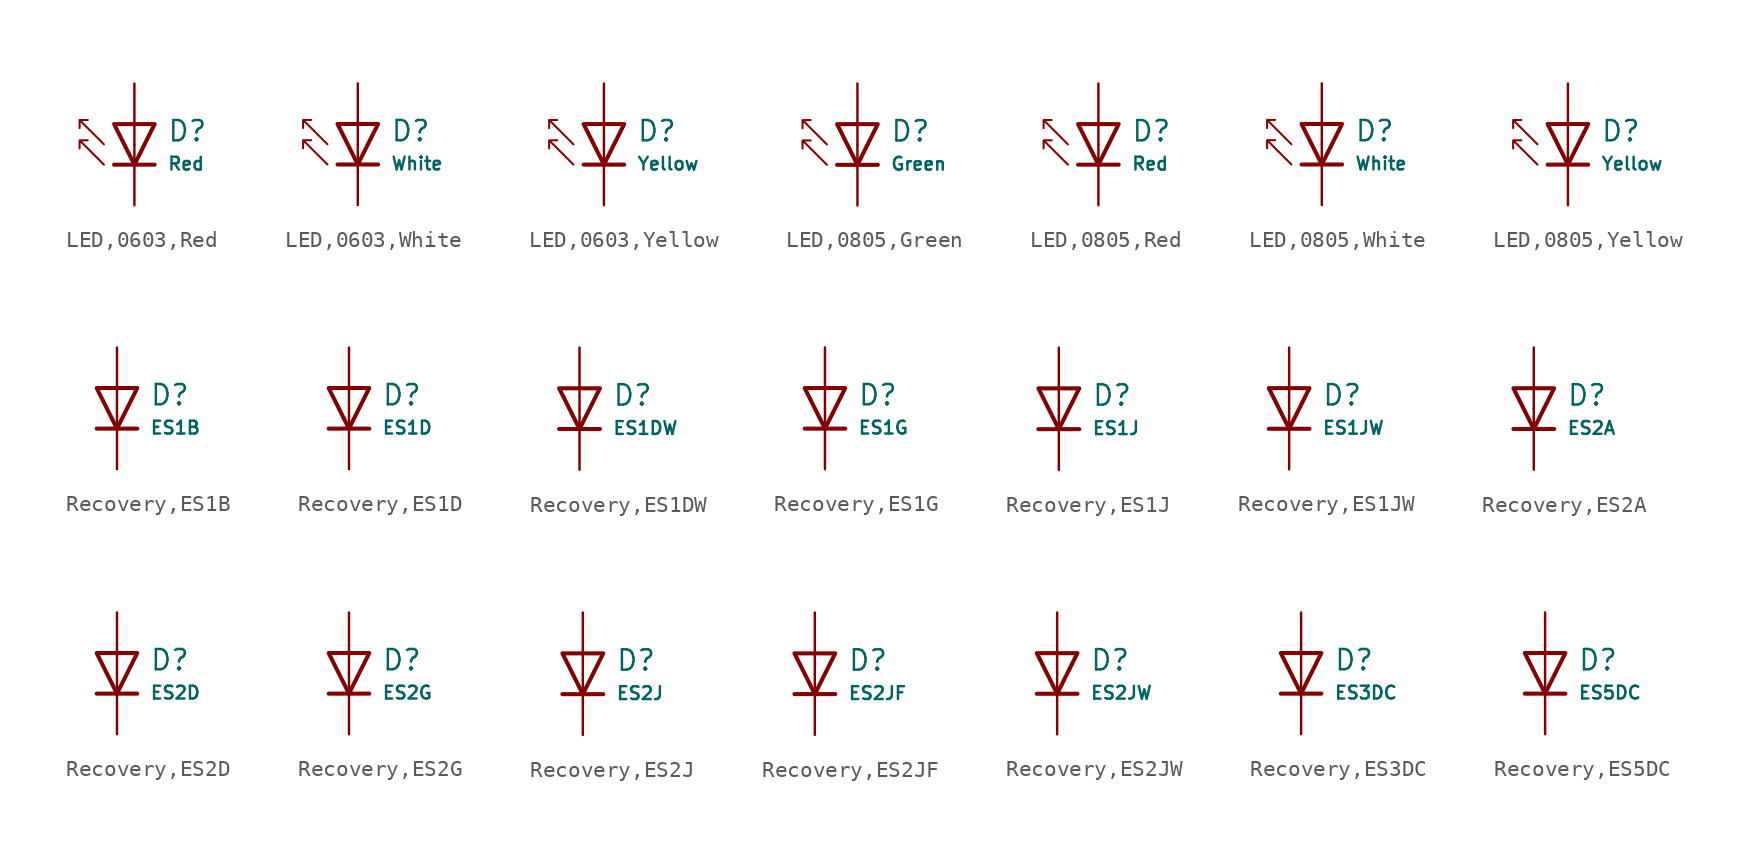
<source format=kicad_sym>
(kicad_symbol_lib
  (version 20231120)
  (generator "CDFER")
  (generator_version "8.0")
  (symbol "LED,0603,Red"
    (pin_numbers hide)
    (pin_names
      (offset 0))
    (property "Reference" "D"
      (at 2.032 0.834 0)
      (effects (font (size 1.27 1.27)) (justify left)))
    (property "Value" "Red"
      (at 2.032 -1.212 0)
      (effects (font (size 0.8 0.8)) (justify left)))
    (symbol "LED,0603,Red_0_1"
      (polyline (pts (xy -1.27 1.27) (xy 0.00 -1.27) (xy 1.27 1.27) (xy -1.27 1.27)) (stroke (width 0.254) (type default)) (fill (type none))))
    (symbol "LED,0603,Red_0_1"
      (polyline (pts (xy -1.27 -1.27) (xy 1.27 -1.27)) (stroke (width 0.254) (type default)) (fill (type none))))
    (symbol "LED,0603,Red_0_1"
      (polyline (pts (xy -1.905 -1.27) (xy -3.429 0.254) (xy -3.429 -0.254) (xy -3.429 0.254) (xy -2.921 0.254)) (stroke (width 0.127) (type default)) (fill (type none))))
    (symbol "LED,0603,Red_0_1"
      (polyline (pts (xy -1.905 0) (xy -3.429 1.524) (xy -3.429 1.016) (xy -3.429 1.524) (xy -2.921 1.524)) (stroke (width 0.127) (type default)) (fill (type none))))
    (symbol "LED,0603,Red_1_1"
      (pin passive line (at 0 3.81 270) (length 3.81) (name "~" (effects (font (size 1.27 1.27)))) (number "2" (effects (font (size 1.27 1.27)))))
      (pin passive line (at 0 -3.81 90) (length 3.81) (name "~" (effects (font (size 1.27 1.27)))) (number "1" (effects (font (size 1.27 1.27)))))))
  (symbol "LED,0603,White"
    (pin_numbers hide)
    (pin_names
      (offset 0))
    (property "Reference" "D"
      (at 2.032 0.834 0)
      (effects (font (size 1.27 1.27)) (justify left)))
    (property "Value" "White"
      (at 2.032 -1.212 0)
      (effects (font (size 0.8 0.8)) (justify left)))
    (symbol "LED,0603,White_0_1"
      (polyline (pts (xy -1.27 1.27) (xy 0.00 -1.27) (xy 1.27 1.27) (xy -1.27 1.27)) (stroke (width 0.254) (type default)) (fill (type none))))
    (symbol "LED,0603,White_0_1"
      (polyline (pts (xy -1.27 -1.27) (xy 1.27 -1.27)) (stroke (width 0.254) (type default)) (fill (type none))))
    (symbol "LED,0603,White_0_1"
      (polyline (pts (xy -1.905 -1.27) (xy -3.429 0.254) (xy -3.429 -0.254) (xy -3.429 0.254) (xy -2.921 0.254)) (stroke (width 0.127) (type default)) (fill (type none))))
    (symbol "LED,0603,White_0_1"
      (polyline (pts (xy -1.905 0) (xy -3.429 1.524) (xy -3.429 1.016) (xy -3.429 1.524) (xy -2.921 1.524)) (stroke (width 0.127) (type default)) (fill (type none))))
    (symbol "LED,0603,White_1_1"
      (pin passive line (at 0 3.81 270) (length 3.81) (name "~" (effects (font (size 1.27 1.27)))) (number "2" (effects (font (size 1.27 1.27)))))
      (pin passive line (at 0 -3.81 90) (length 3.81) (name "~" (effects (font (size 1.27 1.27)))) (number "1" (effects (font (size 1.27 1.27)))))))
  (symbol "LED,0603,Yellow"
    (pin_numbers hide)
    (pin_names
      (offset 0))
    (property "Reference" "D"
      (at 2.032 0.834 0)
      (effects (font (size 1.27 1.27)) (justify left)))
    (property "Value" "Yellow"
      (at 2.032 -1.212 0)
      (effects (font (size 0.8 0.8)) (justify left)))
    (symbol "LED,0603,Yellow_0_1"
      (polyline (pts (xy -1.27 1.27) (xy 0.00 -1.27) (xy 1.27 1.27) (xy -1.27 1.27)) (stroke (width 0.254) (type default)) (fill (type none))))
    (symbol "LED,0603,Yellow_0_1"
      (polyline (pts (xy -1.27 -1.27) (xy 1.27 -1.27)) (stroke (width 0.254) (type default)) (fill (type none))))
    (symbol "LED,0603,Yellow_0_1"
      (polyline (pts (xy -1.905 -1.27) (xy -3.429 0.254) (xy -3.429 -0.254) (xy -3.429 0.254) (xy -2.921 0.254)) (stroke (width 0.127) (type default)) (fill (type none))))
    (symbol "LED,0603,Yellow_0_1"
      (polyline (pts (xy -1.905 0) (xy -3.429 1.524) (xy -3.429 1.016) (xy -3.429 1.524) (xy -2.921 1.524)) (stroke (width 0.127) (type default)) (fill (type none))))
    (symbol "LED,0603,Yellow_1_1"
      (pin passive line (at 0 3.81 270) (length 3.81) (name "~" (effects (font (size 1.27 1.27)))) (number "2" (effects (font (size 1.27 1.27)))))
      (pin passive line (at 0 -3.81 90) (length 3.81) (name "~" (effects (font (size 1.27 1.27)))) (number "1" (effects (font (size 1.27 1.27)))))))
  (symbol "LED,0805,Green"
    (pin_numbers hide)
    (pin_names
      (offset 0))
    (property "Reference" "D"
      (at 2.032 0.834 0)
      (effects (font (size 1.27 1.27)) (justify left)))
    (property "Value" "Green"
      (at 2.032 -1.212 0)
      (effects (font (size 0.8 0.8)) (justify left)))
    (symbol "LED,0805,Green_0_1"
      (polyline (pts (xy -1.27 1.27) (xy 0.00 -1.27) (xy 1.27 1.27) (xy -1.27 1.27)) (stroke (width 0.254) (type default)) (fill (type none))))
    (symbol "LED,0805,Green_0_1"
      (polyline (pts (xy -1.27 -1.27) (xy 1.27 -1.27)) (stroke (width 0.254) (type default)) (fill (type none))))
    (symbol "LED,0805,Green_0_1"
      (polyline (pts (xy -1.905 -1.27) (xy -3.429 0.254) (xy -3.429 -0.254) (xy -3.429 0.254) (xy -2.921 0.254)) (stroke (width 0.127) (type default)) (fill (type none))))
    (symbol "LED,0805,Green_0_1"
      (polyline (pts (xy -1.905 0) (xy -3.429 1.524) (xy -3.429 1.016) (xy -3.429 1.524) (xy -2.921 1.524)) (stroke (width 0.127) (type default)) (fill (type none))))
    (symbol "LED,0805,Green_1_1"
      (pin passive line (at 0 3.81 270) (length 3.81) (name "~" (effects (font (size 1.27 1.27)))) (number "2" (effects (font (size 1.27 1.27)))))
      (pin passive line (at 0 -3.81 90) (length 3.81) (name "~" (effects (font (size 1.27 1.27)))) (number "1" (effects (font (size 1.27 1.27)))))))
  (symbol "LED,0805,Red"
    (pin_numbers hide)
    (pin_names
      (offset 0))
    (property "Reference" "D"
      (at 2.032 0.834 0)
      (effects (font (size 1.27 1.27)) (justify left)))
    (property "Value" "Red"
      (at 2.032 -1.212 0)
      (effects (font (size 0.8 0.8)) (justify left)))
    (symbol "LED,0805,Red_0_1"
      (polyline (pts (xy -1.27 1.27) (xy 0.00 -1.27) (xy 1.27 1.27) (xy -1.27 1.27)) (stroke (width 0.254) (type default)) (fill (type none))))
    (symbol "LED,0805,Red_0_1"
      (polyline (pts (xy -1.27 -1.27) (xy 1.27 -1.27)) (stroke (width 0.254) (type default)) (fill (type none))))
    (symbol "LED,0805,Red_0_1"
      (polyline (pts (xy -1.905 -1.27) (xy -3.429 0.254) (xy -3.429 -0.254) (xy -3.429 0.254) (xy -2.921 0.254)) (stroke (width 0.127) (type default)) (fill (type none))))
    (symbol "LED,0805,Red_0_1"
      (polyline (pts (xy -1.905 0) (xy -3.429 1.524) (xy -3.429 1.016) (xy -3.429 1.524) (xy -2.921 1.524)) (stroke (width 0.127) (type default)) (fill (type none))))
    (symbol "LED,0805,Red_1_1"
      (pin passive line (at 0 3.81 270) (length 3.81) (name "~" (effects (font (size 1.27 1.27)))) (number "2" (effects (font (size 1.27 1.27)))))
      (pin passive line (at 0 -3.81 90) (length 3.81) (name "~" (effects (font (size 1.27 1.27)))) (number "1" (effects (font (size 1.27 1.27)))))))
  (symbol "LED,0805,White"
    (pin_numbers hide)
    (pin_names
      (offset 0))
    (property "Reference" "D"
      (at 2.032 0.834 0)
      (effects (font (size 1.27 1.27)) (justify left)))
    (property "Value" "White"
      (at 2.032 -1.212 0)
      (effects (font (size 0.8 0.8)) (justify left)))
    (symbol "LED,0805,White_0_1"
      (polyline (pts (xy -1.27 1.27) (xy 0.00 -1.27) (xy 1.27 1.27) (xy -1.27 1.27)) (stroke (width 0.254) (type default)) (fill (type none))))
    (symbol "LED,0805,White_0_1"
      (polyline (pts (xy -1.27 -1.27) (xy 1.27 -1.27)) (stroke (width 0.254) (type default)) (fill (type none))))
    (symbol "LED,0805,White_0_1"
      (polyline (pts (xy -1.905 -1.27) (xy -3.429 0.254) (xy -3.429 -0.254) (xy -3.429 0.254) (xy -2.921 0.254)) (stroke (width 0.127) (type default)) (fill (type none))))
    (symbol "LED,0805,White_0_1"
      (polyline (pts (xy -1.905 0) (xy -3.429 1.524) (xy -3.429 1.016) (xy -3.429 1.524) (xy -2.921 1.524)) (stroke (width 0.127) (type default)) (fill (type none))))
    (symbol "LED,0805,White_1_1"
      (pin passive line (at 0 3.81 270) (length 3.81) (name "~" (effects (font (size 1.27 1.27)))) (number "2" (effects (font (size 1.27 1.27)))))
      (pin passive line (at 0 -3.81 90) (length 3.81) (name "~" (effects (font (size 1.27 1.27)))) (number "1" (effects (font (size 1.27 1.27)))))))
  (symbol "LED,0805,Yellow"
    (pin_numbers hide)
    (pin_names
      (offset 0))
    (property "Reference" "D"
      (at 2.032 0.834 0)
      (effects (font (size 1.27 1.27)) (justify left)))
    (property "Value" "Yellow"
      (at 2.032 -1.212 0)
      (effects (font (size 0.8 0.8)) (justify left)))
    (symbol "LED,0805,Yellow_0_1"
      (polyline (pts (xy -1.27 1.27) (xy 0.00 -1.27) (xy 1.27 1.27) (xy -1.27 1.27)) (stroke (width 0.254) (type default)) (fill (type none))))
    (symbol "LED,0805,Yellow_0_1"
      (polyline (pts (xy -1.27 -1.27) (xy 1.27 -1.27)) (stroke (width 0.254) (type default)) (fill (type none))))
    (symbol "LED,0805,Yellow_0_1"
      (polyline (pts (xy -1.905 -1.27) (xy -3.429 0.254) (xy -3.429 -0.254) (xy -3.429 0.254) (xy -2.921 0.254)) (stroke (width 0.127) (type default)) (fill (type none))))
    (symbol "LED,0805,Yellow_0_1"
      (polyline (pts (xy -1.905 0) (xy -3.429 1.524) (xy -3.429 1.016) (xy -3.429 1.524) (xy -2.921 1.524)) (stroke (width 0.127) (type default)) (fill (type none))))
    (symbol "LED,0805,Yellow_1_1"
      (pin passive line (at 0 3.81 270) (length 3.81) (name "~" (effects (font (size 1.27 1.27)))) (number "2" (effects (font (size 1.27 1.27)))))
      (pin passive line (at 0 -3.81 90) (length 3.81) (name "~" (effects (font (size 1.27 1.27)))) (number "1" (effects (font (size 1.27 1.27)))))))
  (symbol "Recovery,ES1B"
    (pin_numbers hide)
    (pin_names
      (offset 0))
    (property "Reference" "D"
      (at 2.032 0.834 0)
      (effects (font (size 1.27 1.27)) (justify left)))
    (property "Value" "ES1B"
      (at 2.032 -1.212 0)
      (effects (font (size 0.8 0.8)) (justify left)))
    (symbol "Recovery,ES1B_0_1"
      (polyline (pts (xy -1.27 1.27) (xy 0.00 -1.27) (xy 1.27 1.27) (xy -1.27 1.27)) (stroke (width 0.254) (type default)) (fill (type none))))
    (symbol "Recovery,ES1B_0_1"
      (polyline (pts (xy -1.27 -1.27) (xy 1.27 -1.27)) (stroke (width 0.254) (type default)) (fill (type none))))
    (symbol "Recovery,ES1B_1_1"
      (pin passive line (at 0 3.81 270) (length 3.81) (name "~" (effects (font (size 1.27 1.27)))) (number "2" (effects (font (size 1.27 1.27)))))
      (pin passive line (at 0 -3.81 90) (length 3.81) (name "~" (effects (font (size 1.27 1.27)))) (number "1" (effects (font (size 1.27 1.27)))))))
  (symbol "Recovery,ES1D"
    (pin_numbers hide)
    (pin_names
      (offset 0))
    (property "Reference" "D"
      (at 2.032 0.834 0)
      (effects (font (size 1.27 1.27)) (justify left)))
    (property "Value" "ES1D"
      (at 2.032 -1.212 0)
      (effects (font (size 0.8 0.8)) (justify left)))
    (symbol "Recovery,ES1D_0_1"
      (polyline (pts (xy -1.27 1.27) (xy 0.00 -1.27) (xy 1.27 1.27) (xy -1.27 1.27)) (stroke (width 0.254) (type default)) (fill (type none))))
    (symbol "Recovery,ES1D_0_1"
      (polyline (pts (xy -1.27 -1.27) (xy 1.27 -1.27)) (stroke (width 0.254) (type default)) (fill (type none))))
    (symbol "Recovery,ES1D_1_1"
      (pin passive line (at 0 3.81 270) (length 3.81) (name "~" (effects (font (size 1.27 1.27)))) (number "2" (effects (font (size 1.27 1.27)))))
      (pin passive line (at 0 -3.81 90) (length 3.81) (name "~" (effects (font (size 1.27 1.27)))) (number "1" (effects (font (size 1.27 1.27)))))))
  (symbol "Recovery,ES1DW"
    (pin_numbers hide)
    (pin_names
      (offset 0))
    (property "Reference" "D"
      (at 2.032 0.834 0)
      (effects (font (size 1.27 1.27)) (justify left)))
    (property "Value" "ES1DW"
      (at 2.032 -1.212 0)
      (effects (font (size 0.8 0.8)) (justify left)))
    (symbol "Recovery,ES1DW_0_1"
      (polyline (pts (xy -1.27 1.27) (xy 0.00 -1.27) (xy 1.27 1.27) (xy -1.27 1.27)) (stroke (width 0.254) (type default)) (fill (type none))))
    (symbol "Recovery,ES1DW_0_1"
      (polyline (pts (xy -1.27 -1.27) (xy 1.27 -1.27)) (stroke (width 0.254) (type default)) (fill (type none))))
    (symbol "Recovery,ES1DW_1_1"
      (pin passive line (at 0 3.81 270) (length 3.81) (name "~" (effects (font (size 1.27 1.27)))) (number "2" (effects (font (size 1.27 1.27)))))
      (pin passive line (at 0 -3.81 90) (length 3.81) (name "~" (effects (font (size 1.27 1.27)))) (number "1" (effects (font (size 1.27 1.27)))))))
  (symbol "Recovery,ES1G"
    (pin_numbers hide)
    (pin_names
      (offset 0))
    (property "Reference" "D"
      (at 2.032 0.834 0)
      (effects (font (size 1.27 1.27)) (justify left)))
    (property "Value" "ES1G"
      (at 2.032 -1.212 0)
      (effects (font (size 0.8 0.8)) (justify left)))
    (symbol "Recovery,ES1G_0_1"
      (polyline (pts (xy -1.27 1.27) (xy 0.00 -1.27) (xy 1.27 1.27) (xy -1.27 1.27)) (stroke (width 0.254) (type default)) (fill (type none))))
    (symbol "Recovery,ES1G_0_1"
      (polyline (pts (xy -1.27 -1.27) (xy 1.27 -1.27)) (stroke (width 0.254) (type default)) (fill (type none))))
    (symbol "Recovery,ES1G_1_1"
      (pin passive line (at 0 3.81 270) (length 3.81) (name "~" (effects (font (size 1.27 1.27)))) (number "2" (effects (font (size 1.27 1.27)))))
      (pin passive line (at 0 -3.81 90) (length 3.81) (name "~" (effects (font (size 1.27 1.27)))) (number "1" (effects (font (size 1.27 1.27)))))))
  (symbol "Recovery,ES1J"
    (pin_numbers hide)
    (pin_names
      (offset 0))
    (property "Reference" "D"
      (at 2.032 0.834 0)
      (effects (font (size 1.27 1.27)) (justify left)))
    (property "Value" "ES1J"
      (at 2.032 -1.212 0)
      (effects (font (size 0.8 0.8)) (justify left)))
    (symbol "Recovery,ES1J_0_1"
      (polyline (pts (xy -1.27 1.27) (xy 0.00 -1.27) (xy 1.27 1.27) (xy -1.27 1.27)) (stroke (width 0.254) (type default)) (fill (type none))))
    (symbol "Recovery,ES1J_0_1"
      (polyline (pts (xy -1.27 -1.27) (xy 1.27 -1.27)) (stroke (width 0.254) (type default)) (fill (type none))))
    (symbol "Recovery,ES1J_1_1"
      (pin passive line (at 0 3.81 270) (length 3.81) (name "~" (effects (font (size 1.27 1.27)))) (number "2" (effects (font (size 1.27 1.27)))))
      (pin passive line (at 0 -3.81 90) (length 3.81) (name "~" (effects (font (size 1.27 1.27)))) (number "1" (effects (font (size 1.27 1.27)))))))
  (symbol "Recovery,ES1JW"
    (pin_numbers hide)
    (pin_names
      (offset 0))
    (property "Reference" "D"
      (at 2.032 0.834 0)
      (effects (font (size 1.27 1.27)) (justify left)))
    (property "Value" "ES1JW"
      (at 2.032 -1.212 0)
      (effects (font (size 0.8 0.8)) (justify left)))
    (symbol "Recovery,ES1JW_0_1"
      (polyline (pts (xy -1.27 1.27) (xy 0.00 -1.27) (xy 1.27 1.27) (xy -1.27 1.27)) (stroke (width 0.254) (type default)) (fill (type none))))
    (symbol "Recovery,ES1JW_0_1"
      (polyline (pts (xy -1.27 -1.27) (xy 1.27 -1.27)) (stroke (width 0.254) (type default)) (fill (type none))))
    (symbol "Recovery,ES1JW_1_1"
      (pin passive line (at 0 3.81 270) (length 3.81) (name "~" (effects (font (size 1.27 1.27)))) (number "2" (effects (font (size 1.27 1.27)))))
      (pin passive line (at 0 -3.81 90) (length 3.81) (name "~" (effects (font (size 1.27 1.27)))) (number "1" (effects (font (size 1.27 1.27)))))))
  (symbol "Recovery,ES2A"
    (pin_numbers hide)
    (pin_names
      (offset 0))
    (property "Reference" "D"
      (at 2.032 0.834 0)
      (effects (font (size 1.27 1.27)) (justify left)))
    (property "Value" "ES2A"
      (at 2.032 -1.212 0)
      (effects (font (size 0.8 0.8)) (justify left)))
    (symbol "Recovery,ES2A_0_1"
      (polyline (pts (xy -1.27 1.27) (xy 0.00 -1.27) (xy 1.27 1.27) (xy -1.27 1.27)) (stroke (width 0.254) (type default)) (fill (type none))))
    (symbol "Recovery,ES2A_0_1"
      (polyline (pts (xy -1.27 -1.27) (xy 1.27 -1.27)) (stroke (width 0.254) (type default)) (fill (type none))))
    (symbol "Recovery,ES2A_1_1"
      (pin passive line (at 0 3.81 270) (length 3.81) (name "~" (effects (font (size 1.27 1.27)))) (number "2" (effects (font (size 1.27 1.27)))))
      (pin passive line (at 0 -3.81 90) (length 3.81) (name "~" (effects (font (size 1.27 1.27)))) (number "1" (effects (font (size 1.27 1.27)))))))
  (symbol "Recovery,ES2D"
    (pin_numbers hide)
    (pin_names
      (offset 0))
    (property "Reference" "D"
      (at 2.032 0.834 0)
      (effects (font (size 1.27 1.27)) (justify left)))
    (property "Value" "ES2D"
      (at 2.032 -1.212 0)
      (effects (font (size 0.8 0.8)) (justify left)))
    (symbol "Recovery,ES2D_0_1"
      (polyline (pts (xy -1.27 1.27) (xy 0.00 -1.27) (xy 1.27 1.27) (xy -1.27 1.27)) (stroke (width 0.254) (type default)) (fill (type none))))
    (symbol "Recovery,ES2D_0_1"
      (polyline (pts (xy -1.27 -1.27) (xy 1.27 -1.27)) (stroke (width 0.254) (type default)) (fill (type none))))
    (symbol "Recovery,ES2D_1_1"
      (pin passive line (at 0 3.81 270) (length 3.81) (name "~" (effects (font (size 1.27 1.27)))) (number "2" (effects (font (size 1.27 1.27)))))
      (pin passive line (at 0 -3.81 90) (length 3.81) (name "~" (effects (font (size 1.27 1.27)))) (number "1" (effects (font (size 1.27 1.27)))))))
  (symbol "Recovery,ES2G"
    (pin_numbers hide)
    (pin_names
      (offset 0))
    (property "Reference" "D"
      (at 2.032 0.834 0)
      (effects (font (size 1.27 1.27)) (justify left)))
    (property "Value" "ES2G"
      (at 2.032 -1.212 0)
      (effects (font (size 0.8 0.8)) (justify left)))
    (symbol "Recovery,ES2G_0_1"
      (polyline (pts (xy -1.27 1.27) (xy 0.00 -1.27) (xy 1.27 1.27) (xy -1.27 1.27)) (stroke (width 0.254) (type default)) (fill (type none))))
    (symbol "Recovery,ES2G_0_1"
      (polyline (pts (xy -1.27 -1.27) (xy 1.27 -1.27)) (stroke (width 0.254) (type default)) (fill (type none))))
    (symbol "Recovery,ES2G_1_1"
      (pin passive line (at 0 3.81 270) (length 3.81) (name "~" (effects (font (size 1.27 1.27)))) (number "2" (effects (font (size 1.27 1.27)))))
      (pin passive line (at 0 -3.81 90) (length 3.81) (name "~" (effects (font (size 1.27 1.27)))) (number "1" (effects (font (size 1.27 1.27)))))))
  (symbol "Recovery,ES2J"
    (pin_numbers hide)
    (pin_names
      (offset 0))
    (property "Reference" "D"
      (at 2.032 0.834 0)
      (effects (font (size 1.27 1.27)) (justify left)))
    (property "Value" "ES2J"
      (at 2.032 -1.212 0)
      (effects (font (size 0.8 0.8)) (justify left)))
    (symbol "Recovery,ES2J_0_1"
      (polyline (pts (xy -1.27 1.27) (xy 0.00 -1.27) (xy 1.27 1.27) (xy -1.27 1.27)) (stroke (width 0.254) (type default)) (fill (type none))))
    (symbol "Recovery,ES2J_0_1"
      (polyline (pts (xy -1.27 -1.27) (xy 1.27 -1.27)) (stroke (width 0.254) (type default)) (fill (type none))))
    (symbol "Recovery,ES2J_1_1"
      (pin passive line (at 0 3.81 270) (length 3.81) (name "~" (effects (font (size 1.27 1.27)))) (number "2" (effects (font (size 1.27 1.27)))))
      (pin passive line (at 0 -3.81 90) (length 3.81) (name "~" (effects (font (size 1.27 1.27)))) (number "1" (effects (font (size 1.27 1.27)))))))
  (symbol "Recovery,ES2JF"
    (pin_numbers hide)
    (pin_names
      (offset 0))
    (property "Reference" "D"
      (at 2.032 0.834 0)
      (effects (font (size 1.27 1.27)) (justify left)))
    (property "Value" "ES2JF"
      (at 2.032 -1.212 0)
      (effects (font (size 0.8 0.8)) (justify left)))
    (symbol "Recovery,ES2JF_0_1"
      (polyline (pts (xy -1.27 1.27) (xy 0.00 -1.27) (xy 1.27 1.27) (xy -1.27 1.27)) (stroke (width 0.254) (type default)) (fill (type none))))
    (symbol "Recovery,ES2JF_0_1"
      (polyline (pts (xy -1.27 -1.27) (xy 1.27 -1.27)) (stroke (width 0.254) (type default)) (fill (type none))))
    (symbol "Recovery,ES2JF_1_1"
      (pin passive line (at 0 3.81 270) (length 3.81) (name "~" (effects (font (size 1.27 1.27)))) (number "2" (effects (font (size 1.27 1.27)))))
      (pin passive line (at 0 -3.81 90) (length 3.81) (name "~" (effects (font (size 1.27 1.27)))) (number "1" (effects (font (size 1.27 1.27)))))))
  (symbol "Recovery,ES2JW"
    (pin_numbers hide)
    (pin_names
      (offset 0))
    (property "Reference" "D"
      (at 2.032 0.834 0)
      (effects (font (size 1.27 1.27)) (justify left)))
    (property "Value" "ES2JW"
      (at 2.032 -1.212 0)
      (effects (font (size 0.8 0.8)) (justify left)))
    (symbol "Recovery,ES2JW_0_1"
      (polyline (pts (xy -1.27 1.27) (xy 0.00 -1.27) (xy 1.27 1.27) (xy -1.27 1.27)) (stroke (width 0.254) (type default)) (fill (type none))))
    (symbol "Recovery,ES2JW_0_1"
      (polyline (pts (xy -1.27 -1.27) (xy 1.27 -1.27)) (stroke (width 0.254) (type default)) (fill (type none))))
    (symbol "Recovery,ES2JW_1_1"
      (pin passive line (at 0 3.81 270) (length 3.81) (name "~" (effects (font (size 1.27 1.27)))) (number "2" (effects (font (size 1.27 1.27)))))
      (pin passive line (at 0 -3.81 90) (length 3.81) (name "~" (effects (font (size 1.27 1.27)))) (number "1" (effects (font (size 1.27 1.27)))))))
  (symbol "Recovery,ES3DC"
    (pin_numbers hide)
    (pin_names
      (offset 0))
    (property "Reference" "D"
      (at 2.032 0.834 0)
      (effects (font (size 1.27 1.27)) (justify left)))
    (property "Value" "ES3DC"
      (at 2.032 -1.212 0)
      (effects (font (size 0.8 0.8)) (justify left)))
    (symbol "Recovery,ES3DC_0_1"
      (polyline (pts (xy -1.27 1.27) (xy 0.00 -1.27) (xy 1.27 1.27) (xy -1.27 1.27)) (stroke (width 0.254) (type default)) (fill (type none))))
    (symbol "Recovery,ES3DC_0_1"
      (polyline (pts (xy -1.27 -1.27) (xy 1.27 -1.27)) (stroke (width 0.254) (type default)) (fill (type none))))
    (symbol "Recovery,ES3DC_1_1"
      (pin passive line (at 0 3.81 270) (length 3.81) (name "~" (effects (font (size 1.27 1.27)))) (number "2" (effects (font (size 1.27 1.27)))))
      (pin passive line (at 0 -3.81 90) (length 3.81) (name "~" (effects (font (size 1.27 1.27)))) (number "1" (effects (font (size 1.27 1.27)))))))
  (symbol "Recovery,ES5DC"
    (pin_numbers hide)
    (pin_names
      (offset 0))
    (property "Reference" "D"
      (at 2.032 0.834 0)
      (effects (font (size 1.27 1.27)) (justify left)))
    (property "Value" "ES5DC"
      (at 2.032 -1.212 0)
      (effects (font (size 0.8 0.8)) (justify left)))
    (symbol "Recovery,ES5DC_0_1"
      (polyline (pts (xy -1.27 1.27) (xy 0.00 -1.27) (xy 1.27 1.27) (xy -1.27 1.27)) (stroke (width 0.254) (type default)) (fill (type none))))
    (symbol "Recovery,ES5DC_0_1"
      (polyline (pts (xy -1.27 -1.27) (xy 1.27 -1.27)) (stroke (width 0.254) (type default)) (fill (type none))))
    (symbol "Recovery,ES5DC_1_1"
      (pin passive line (at 0 3.81 270) (length 3.81) (name "~" (effects (font (size 1.27 1.27)))) (number "2" (effects (font (size 1.27 1.27)))))
      (pin passive line (at 0 -3.81 90) (length 3.81) (name "~" (effects (font (size 1.27 1.27)))) (number "1" (effects (font (size 1.27 1.27))))))))
</source>
